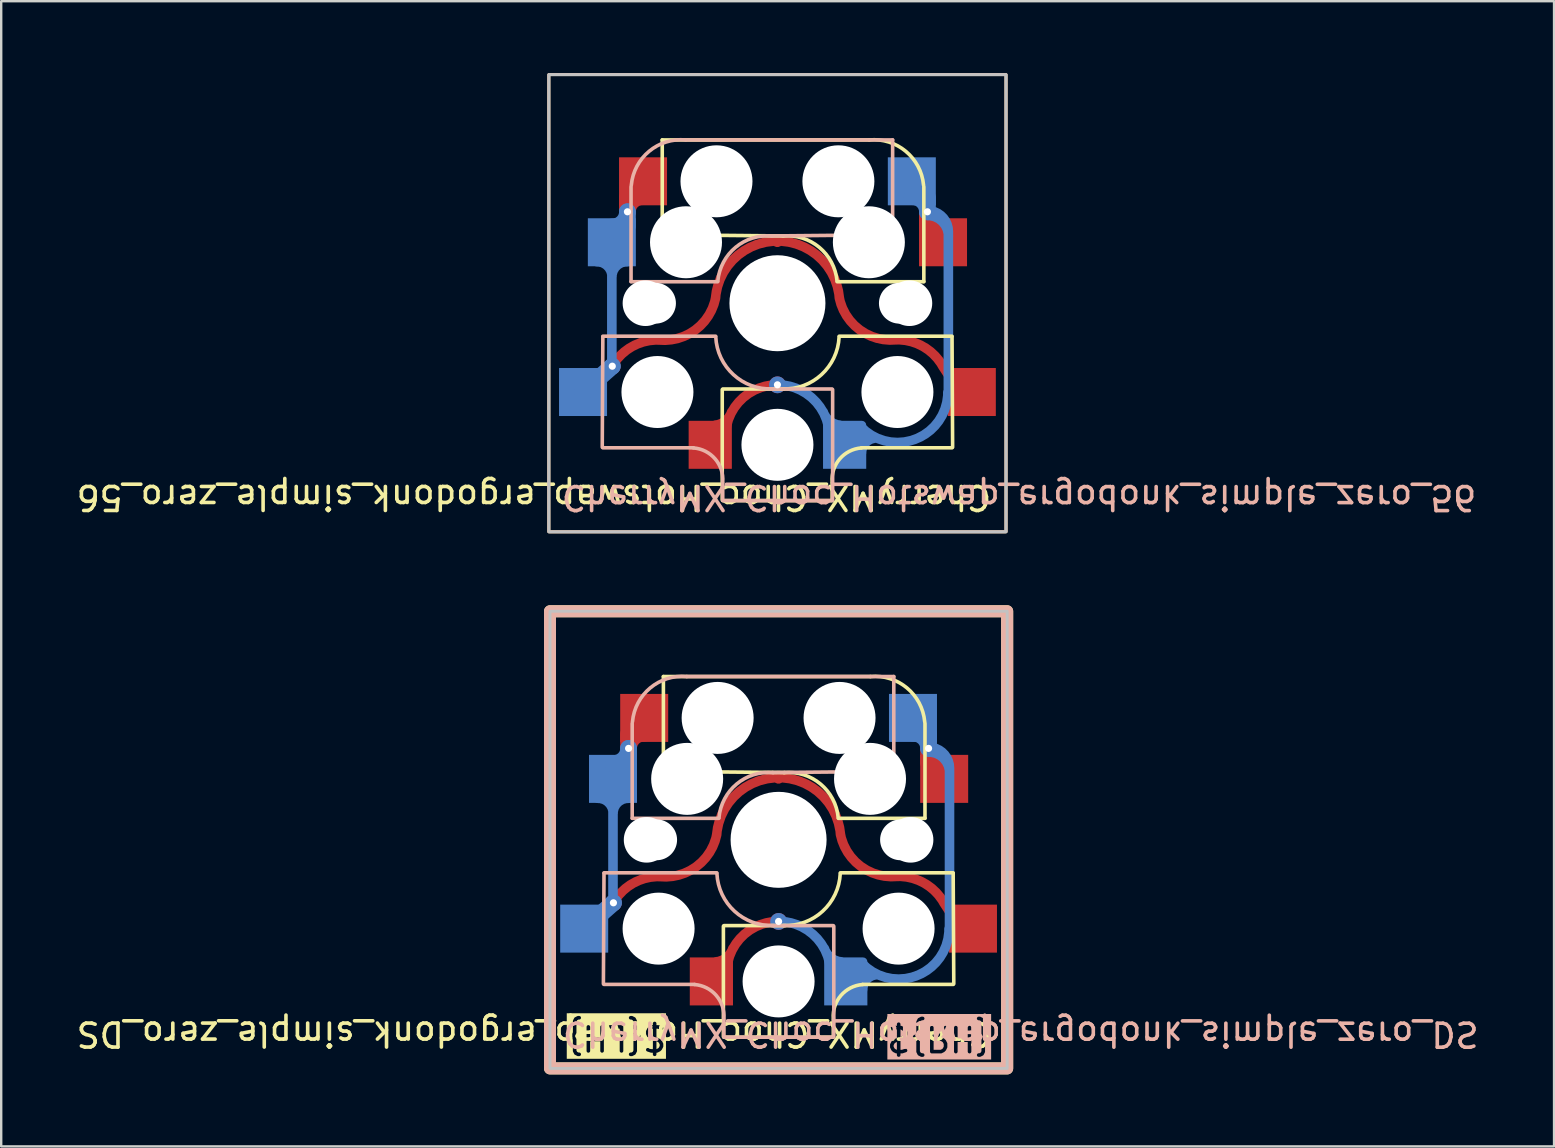
<source format=kicad_pcb>
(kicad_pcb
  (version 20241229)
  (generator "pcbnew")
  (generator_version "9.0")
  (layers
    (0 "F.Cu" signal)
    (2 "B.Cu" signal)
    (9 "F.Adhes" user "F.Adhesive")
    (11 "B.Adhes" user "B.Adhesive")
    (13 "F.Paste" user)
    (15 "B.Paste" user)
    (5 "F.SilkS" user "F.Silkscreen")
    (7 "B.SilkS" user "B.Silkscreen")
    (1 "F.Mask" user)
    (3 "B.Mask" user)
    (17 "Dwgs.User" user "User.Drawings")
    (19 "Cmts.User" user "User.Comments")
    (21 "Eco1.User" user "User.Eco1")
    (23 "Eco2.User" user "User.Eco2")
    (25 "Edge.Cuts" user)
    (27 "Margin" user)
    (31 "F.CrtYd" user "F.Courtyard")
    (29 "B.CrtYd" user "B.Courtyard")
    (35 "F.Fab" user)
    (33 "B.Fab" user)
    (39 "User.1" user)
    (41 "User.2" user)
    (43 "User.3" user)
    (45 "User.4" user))
  (footprint "CherryMX_Choc_Hotswap_ergodonk_simple_zero_DS"
    (layer "F.Cu")
    (at 29.393 31.945)
    (property "Reference" "CherryMX_Choc_Hotswap_ergodonk_simple_zero_DS" (at 9 8.09 180) (unlocked yes) (layer "F.SilkS") (effects (font (size 1 1) (thickness 0.15)) (justify left)))
    (attr smd)
    (fp_line (start -4.8 -6.804) (end 3.825 -6.804) (stroke (width 0.15) (type solid)) (layer "F.SilkS"))
    (fp_line (start -4.8 -2.896) (end -4.8 -6.804) (stroke (width 0.15) (type solid)) (layer "F.SilkS"))
    (fp_line (start -4.8 -2.85) (end 0.25 -2.804) (stroke (width 0.15) (type solid)) (layer "F.SilkS"))
    (fp_line (start -2.3 3.6) (end -2.3 8.2) (stroke (width 0.15) (type solid)) (layer "F.SilkS"))
    (fp_line (start -2.275 3.575) (end 0.275 3.575) (stroke (width 0.15) (type solid)) (layer "F.SilkS"))
    (fp_line (start -2.275 8.225) (end 2.275 8.225) (stroke (width 0.15) (type solid)) (layer "F.SilkS"))
    (fp_line (start 2.28 7.5) (end 2.28 8.2) (stroke (width 0.15) (type solid)) (layer "F.SilkS"))
    (fp_line (start 2.575 1.375) (end 7.275 1.375) (stroke (width 0.15) (type solid)) (layer "F.SilkS"))
    (fp_line (start 3.5 6.025) (end 7.275 6.025) (stroke (width 0.15) (type solid)) (layer "F.SilkS"))
    (fp_line (start 6.1 -4.85) (end 6.1 -0.905) (stroke (width 0.15) (type solid)) (layer "F.SilkS"))
    (fp_line (start 6.1 -0.896) (end 2.49 -0.896) (stroke (width 0.15) (type solid)) (layer "F.SilkS"))
    (fp_line (start 7.275 1.4) (end 7.3 6) (stroke (width 0.15) (type solid)) (layer "F.SilkS"))
    (fp_rect (start 9.525 -9.525) (end -9.525 9.525) (stroke (width 0.5) (type default)) (fill no) (layer "F.SilkS"))
    (fp_arc (start 0.225 -2.8) (mid 1.744361 -2.328061) (end 2.485 -0.92) (stroke (width 0.15) (type solid)) (layer "F.SilkS"))
    (fp_arc (start 2.28 7.45) (mid 2.595908 6.48733) (end 3.5 6.03) (stroke (width 0.15) (type solid)) (layer "F.SilkS"))
    (fp_arc (start 2.57 1.4) (mid 1.834422 2.975843) (end 0.2 3.57) (stroke (width 0.15) (type solid)) (layer "F.SilkS"))
    (fp_arc (start 3.825 -6.804) (mid 5.347189 -6.33089) (end 6.089 -4.92) (stroke (width 0.15) (type solid)) (layer "F.SilkS"))
    (fp_line (start -7.275 1.4) (end -7.3 6) (stroke (width 0.15) (type solid)) (layer "B.SilkS"))
    (fp_line (start -6.1 -4.85) (end -6.1 -0.905) (stroke (width 0.15) (type solid)) (layer "B.SilkS"))
    (fp_line (start -6.1 -0.896) (end -2.49 -0.896) (stroke (width 0.15) (type solid)) (layer "B.SilkS"))
    (fp_line (start -3.5 6.025) (end -7.275 6.025) (stroke (width 0.15) (type solid)) (layer "B.SilkS"))
    (fp_line (start -2.575 1.375) (end -7.275 1.375) (stroke (width 0.15) (type solid)) (layer "B.SilkS"))
    (fp_line (start -2.28 7.5) (end -2.28 8.2) (stroke (width 0.15) (type solid)) (layer "B.SilkS"))
    (fp_line (start 2.275 3.575) (end -0.275 3.575) (stroke (width 0.15) (type solid)) (layer "B.SilkS"))
    (fp_line (start 2.275 8.225) (end -2.275 8.225) (stroke (width 0.15) (type solid)) (layer "B.SilkS"))
    (fp_line (start 2.3 3.6) (end 2.3 8.2) (stroke (width 0.15) (type solid)) (layer "B.SilkS"))
    (fp_line (start 4.8 -6.804) (end -3.825 -6.804) (stroke (width 0.15) (type solid)) (layer "B.SilkS"))
    (fp_line (start 4.8 -2.896) (end 4.8 -6.804) (stroke (width 0.15) (type solid)) (layer "B.SilkS"))
    (fp_line (start 4.8 -2.85) (end -0.25 -2.804) (stroke (width 0.15) (type solid)) (layer "B.SilkS"))
    (fp_rect (start 9.525 -9.525) (end -9.525 9.525) (stroke (width 0.5) (type default)) (fill no) (layer "B.SilkS"))
    (fp_arc (start -6.089 -4.92) (mid -5.347189 -6.33089) (end -3.825 -6.804) (stroke (width 0.15) (type solid)) (layer "B.SilkS"))
    (fp_arc (start -3.5 6.03) (mid -2.595908 6.48733) (end -2.28 7.45) (stroke (width 0.15) (type solid)) (layer "B.SilkS"))
    (fp_arc (start -2.485 -0.92) (mid -1.744361 -2.328061) (end -0.225 -2.8) (stroke (width 0.15) (type solid)) (layer "B.SilkS"))
    (fp_arc (start -0.2 3.57) (mid -1.834422 2.975843) (end -2.57 1.4) (stroke (width 0.15) (type solid)) (layer "B.SilkS"))
    (fp_rect (start 9.525 -9.525) (end -9.525 9.525) (stroke (width 0.12) (type default)) (fill no) (layer "Dwgs.User"))
    (fp_line (start -9 -9) (end 9 -9) (stroke (width 0.15) (type solid)) (layer "Eco2.User"))
    (fp_line (start -9 9) (end -9 -9) (stroke (width 0.15) (type solid)) (layer "Eco2.User"))
    (fp_line (start 9 -9) (end 9 9) (stroke (width 0.15) (type solid)) (layer "Eco2.User"))
    (fp_line (start 9 9) (end -9 9) (stroke (width 0.15) (type solid)) (layer "Eco2.User"))
    (fp_rect (start 7 7) (end -7 -7) (stroke (width 0.12) (type default)) (fill no) (layer "User.4"))
    (fp_text user "${LH}" (at -8.93 8.25 180) (unlocked yes) (layer "F.SilkS" knockout) (effects (font (size 1 1) (thickness 0.15)) (justify right)))
    (fp_text user "${REFERENCE}" (at -9.08 7.51 180) (unlocked yes) (layer "B.SilkS") (effects (font (size 1 1) (thickness 0.15)) (justify left bottom mirror)))
    (fp_text user "${RH}" (at 8.96 8.28 180) (unlocked yes) (layer "B.SilkS" knockout) (effects (font (size 1 1) (thickness 0.15)) (justify right mirror)))
    (pad "" np_thru_hole circle (at -5.5 0 90) (size 1.9 1.9) (drill 1.9) (layers "*.Cu" "*.Mask"))
    (pad "" np_thru_hole circle (at -5.08 0) (size 1.7 1.7) (drill 1.7) (layers "*.Cu" "*.Mask"))
    (pad "" np_thru_hole circle (at -5 3.7 90) (size 3 3) (drill 3) (layers "*.Cu" "*.Mask"))
    (pad "" np_thru_hole circle (at -3.81 -2.54 180) (size 3 3) (drill 3) (layers "*.Cu" "*.Mask"))
    (pad "" np_thru_hole circle (at -2.54 -5.08 180) (size 3 3) (drill 3) (layers "*.Cu" "*.Mask"))
    (pad "" np_thru_hole circle (at 0 0 90) (size 4 4) (drill 4) (layers "*.Cu" "*.Mask"))
    (pad "" np_thru_hole circle (at 0 5.9 90) (size 3 3) (drill 3) (layers "*.Cu" "*.Mask"))
    (pad "" np_thru_hole circle (at 2.54 -5.08 180) (size 3 3) (drill 3) (layers "*.Cu" "*.Mask"))
    (pad "" np_thru_hole circle (at 3.81 -2.54 180) (size 3 3) (drill 3) (layers "*.Cu" "*.Mask"))
    (pad "" np_thru_hole circle (at 5 3.7 270) (size 3 3) (drill 3) (layers "*.Cu" "*.Mask"))
    (pad "" np_thru_hole circle (at 5.08 0) (size 1.7 1.7) (drill 1.7) (layers "*.Cu" "*.Mask"))
    (pad "" np_thru_hole circle (at 5.5 0 90) (size 1.9 1.9) (drill 1.9) (layers "*.Cu" "*.Mask"))
    (pad "5" smd rect (at -2.8 5.9 180) (size 1.8 2) (layers "F.Cu" "F.Mask" "F.Paste"))
    (pad "5" smd custom (at 0 3.4 180) (size 0.5 0.5) (layers "F.Cu") (options (anchor circle)) (primitives (gr_arc (start 2.162317 -2.145078) (mid 1.522907 -0.62724) (end 0 0) (width 0.4)) (gr_arc (start 1.91 -1.130079) (mid 2.168641 -1.50068) (end 2.583232 -1.680555) (width 0.4))))
    (pad "5" thru_hole circle (at 0 3.4) (size 0.7 0.7) (drill 0.3) (layers "*.Cu"))
    (pad "5" smd custom (at 1.523 4.027) (size 0.4 0.4) (layers "B.Cu") (options (anchor circle)) (primitives (gr_arc (start -1.522907 -0.62724) (mid 0 0) (end 0.63941 1.517838) (width 0.4)) (gr_arc (start 1.060325 1.053315) (mid 0.645733 0.873441) (end 0.387091 0.50284) (width 0.4))))
    (pad "5" smd roundrect (at 2.8 5.9 180) (size 1.8 2) (layers "B.Cu" "B.Mask" "B.Paste") (roundrect_rratio 0.1) (chamfer_ratio 0) (chamfer top_left top_right bottom_right))
    (pad "5" smd rect (at 5.6 -5.08 180) (size 2 2) (layers "B.Cu" "B.Mask" "B.Paste"))
    (pad "5" smd custom (at 6.19 -3.21) (size 0.5 0.5) (layers "F.Cu" "F.Mask" "F.Paste") (options (anchor circle)) (primitives (gr_arc (start 0.69 0.03) (mid 0.244523 -0.154523) (end 0.06 -0.6) (width 0.7)) (gr_line (start 0.06 -0.6) (end 0.06 0) (width 0.7))))
    (pad "5" thru_hole circle (at 6.25 -3.81) (size 0.7 0.7) (drill 0.3) (layers "*.Cu"))
    (pad "5" smd rect (at 6.9 -2.54 180) (size 2 2) (layers "F.Cu" "F.Mask" "F.Paste"))
    (pad "5" smd custom (at 7.122 0.355 180) (size 0.4 0.4) (layers "B.Cu") (options (anchor circle)) (primitives (gr_line (start 0 -3.345) (end 0 3.345) (width 0.4)) (gr_arc (start 0.867257 4.009817) (mid 0.252074 3.755) (end -0.002743 3.139817) (width 0.4)) (gr_arc (start 0.022075 -3.345) (mid 1.282666 -5.26994) (end 3.55102 -4.883867) (width 0.4)) (gr_arc (start 3.622074 -5.895) (mid 3.437552 -5.449521) (end 2.992074 -5.264996) (width 0.4)) (gr_arc (start 1.502074 4.795) (mid 1.056594 4.610479) (end 0.87207 4.165) (width 0.7)) (gr_line (start 0.872 4.165) (end 0.872 4.765) (width 0.7)) (gr_arc (start 0.87 4.215) (mid 0.254817 3.960183) (end 0 3.345) (width 0.4))))
    (pad "6" smd rect (at -8.1 3.7 180) (size 2 2) (layers "B.Cu" "B.Mask" "B.Paste"))
    (pad "6" smd rect (at -6.9 -2.54 180) (size 2 2) (layers "B.Cu" "B.Mask" "B.Paste"))
    (pad "6" smd custom (at -6.9 -0.06) (size 0.4 0.4) (layers "B.Cu") (options (anchor circle)) (primitives (gr_line (start 0 2.48) (end 0 -2.48) (width 0.4)) (gr_line (start 0.018 2.684) (end -1.2 3.76) (width 0.7)) (gr_arc (start -0.624523 -1.67) (mid -0.179046 -1.485477) (end 0.005477 -1.04) (width 0.4)) (gr_arc (start 0.005477 -1.04) (mid 0.19 -1.485478) (end 0.635477 -1.670003) (width 0.4))))
    (pad "6" thru_hole circle (at -6.882 2.624) (size 0.7 0.7) (drill 0.3) (layers "*.Cu"))
    (pad "6" smd custom (at -6.29 -4.35) (size 0.5 0.5) (layers "F.Cu" "F.Mask" "F.Paste") (options (anchor circle)) (primitives (gr_arc (start 0.04 0.54) (mid 0.224523 0.094523) (end 0.67 -0.09) (width 0.7)) (gr_line (start 0.04 0.54) (end 0.04 -0.06) (width 0.7))))
    (pad "6" smd custom (at -6.29 -3.34) (size 0.5 0.5) (layers "B.Cu" "B.Mask" "B.Paste") (options (anchor circle)) (primitives (gr_arc (start 0.04 -0.47) (mid -0.144523 -0.024523) (end -0.59 0.16) (width 0.7)) (gr_line (start 0.04 -0.47) (end 0.04 0.13) (width 0.7))))
    (pad "6" thru_hole circle (at -6.25 -3.81) (size 0.7 0.7) (drill 0.3) (layers "*.Cu"))
    (pad "6" smd rect (at -5.6 -5.08 180) (size 2 2) (layers "F.Cu" "F.Mask" "F.Paste"))
    (pad "6" smd custom (at -0.004 -2.589 180) (size 0.5 0.5) (layers "F.Cu") (options (anchor circle)) (primitives (gr_arc (start 2.575781 -2.378529) (mid 0 0) (end -2.583521 -2.37012) (width 0.4)) (gr_arc (start -4.952367 -4.112751) (mid -3.433578 -3.695955) (end -2.58352 -2.37012) (width 0.4)) (gr_arc (start -4.952367 -4.112752) (mid -6.069049 -4.392065) (end -6.88535 -5.203635) (width 0.4)) (gr_line (start -6.885 -5.204) (end -7.514 -6.169) (width 0.4)) (gr_arc (start 2.575781 -2.378529) (mid 3.425837 -3.704367) (end 4.944628 -4.121163) (width 0.4)) (gr_arc (start 6.877611 -5.212044) (mid 6.06131 -4.400474) (end 4.944628 -4.12116) (width 0.4))))
    (pad "6" smd rect (at 8.1 3.7 180) (size 2 2) (layers "F.Cu" "F.Mask" "F.Paste")))
  (footprint "CherryMX_Choc_Hotswap_ergodonk_simple_zero_56"
    (layer "F.Cu")
    (at 29.345 9.585)
    (property "Reference" "CherryMX_Choc_Hotswap_ergodonk_simple_zero_56" (at 9 8.09 180) (unlocked yes) (layer "F.SilkS") (effects (font (size 1 1) (thickness 0.15)) (justify left)))
    (attr smd)
    (fp_line (start -4.8 -6.804) (end 3.825 -6.804) (stroke (width 0.15) (type solid)) (layer "F.SilkS"))
    (fp_line (start -4.8 -2.896) (end -4.8 -6.804) (stroke (width 0.15) (type solid)) (layer "F.SilkS"))
    (fp_line (start -4.8 -2.85) (end 0.25 -2.804) (stroke (width 0.15) (type solid)) (layer "F.SilkS"))
    (fp_line (start -2.3 3.6) (end -2.3 8.2) (stroke (width 0.15) (type solid)) (layer "F.SilkS"))
    (fp_line (start -2.275 3.575) (end 0.275 3.575) (stroke (width 0.15) (type solid)) (layer "F.SilkS"))
    (fp_line (start -2.275 8.225) (end 2.275 8.225) (stroke (width 0.15) (type solid)) (layer "F.SilkS"))
    (fp_line (start 2.28 7.5) (end 2.28 8.2) (stroke (width 0.15) (type solid)) (layer "F.SilkS"))
    (fp_line (start 2.575 1.375) (end 7.275 1.375) (stroke (width 0.15) (type solid)) (layer "F.SilkS"))
    (fp_line (start 3.5 6.025) (end 7.275 6.025) (stroke (width 0.15) (type solid)) (layer "F.SilkS"))
    (fp_line (start 6.1 -4.85) (end 6.1 -0.905) (stroke (width 0.15) (type solid)) (layer "F.SilkS"))
    (fp_line (start 6.1 -0.896) (end 2.49 -0.896) (stroke (width 0.15) (type solid)) (layer "F.SilkS"))
    (fp_line (start 7.275 1.4) (end 7.3 6) (stroke (width 0.15) (type solid)) (layer "F.SilkS"))
    (fp_rect (start 9.525 -9.525) (end -9.525 9.525) (stroke (width 0.12) (type default)) (fill no) (layer "F.SilkS"))
    (fp_arc (start 0.225 -2.8) (mid 1.744361 -2.328061) (end 2.485 -0.92) (stroke (width 0.15) (type solid)) (layer "F.SilkS"))
    (fp_arc (start 2.28 7.45) (mid 2.595908 6.48733) (end 3.5 6.03) (stroke (width 0.15) (type solid)) (layer "F.SilkS"))
    (fp_arc (start 2.57 1.4) (mid 1.834422 2.975843) (end 0.2 3.57) (stroke (width 0.15) (type solid)) (layer "F.SilkS"))
    (fp_arc (start 3.825 -6.804) (mid 5.347189 -6.33089) (end 6.089 -4.92) (stroke (width 0.15) (type solid)) (layer "F.SilkS"))
    (fp_line (start -7.275 1.4) (end -7.3 6) (stroke (width 0.15) (type solid)) (layer "B.SilkS"))
    (fp_line (start -6.1 -4.85) (end -6.1 -0.905) (stroke (width 0.15) (type solid)) (layer "B.SilkS"))
    (fp_line (start -6.1 -0.896) (end -2.49 -0.896) (stroke (width 0.15) (type solid)) (layer "B.SilkS"))
    (fp_line (start -3.5 6.025) (end -7.275 6.025) (stroke (width 0.15) (type solid)) (layer "B.SilkS"))
    (fp_line (start -2.575 1.375) (end -7.275 1.375) (stroke (width 0.15) (type solid)) (layer "B.SilkS"))
    (fp_line (start -2.28 7.5) (end -2.28 8.2) (stroke (width 0.15) (type solid)) (layer "B.SilkS"))
    (fp_line (start 2.275 3.575) (end -0.275 3.575) (stroke (width 0.15) (type solid)) (layer "B.SilkS"))
    (fp_line (start 2.275 8.225) (end -2.275 8.225) (stroke (width 0.15) (type solid)) (layer "B.SilkS"))
    (fp_line (start 2.3 3.6) (end 2.3 8.2) (stroke (width 0.15) (type solid)) (layer "B.SilkS"))
    (fp_line (start 4.8 -6.804) (end -3.825 -6.804) (stroke (width 0.15) (type solid)) (layer "B.SilkS"))
    (fp_line (start 4.8 -2.896) (end 4.8 -6.804) (stroke (width 0.15) (type solid)) (layer "B.SilkS"))
    (fp_line (start 4.8 -2.85) (end -0.25 -2.804) (stroke (width 0.15) (type solid)) (layer "B.SilkS"))
    (fp_rect (start 9.525 -9.525) (end -9.525 9.525) (stroke (width 0.12) (type default)) (fill no) (layer "B.SilkS"))
    (fp_arc (start -6.089 -4.92) (mid -5.347189 -6.33089) (end -3.825 -6.804) (stroke (width 0.15) (type solid)) (layer "B.SilkS"))
    (fp_arc (start -3.5 6.03) (mid -2.595908 6.48733) (end -2.28 7.45) (stroke (width 0.15) (type solid)) (layer "B.SilkS"))
    (fp_arc (start -2.485 -0.92) (mid -1.744361 -2.328061) (end -0.225 -2.8) (stroke (width 0.15) (type solid)) (layer "B.SilkS"))
    (fp_arc (start -0.2 3.57) (mid -1.834422 2.975843) (end -2.57 1.4) (stroke (width 0.15) (type solid)) (layer "B.SilkS"))
    (fp_rect (start 9.525 -9.525) (end -9.525 9.525) (stroke (width 0.12) (type default)) (fill no) (layer "Dwgs.User"))
    (fp_line (start -9 -9) (end 9 -9) (stroke (width 0.15) (type solid)) (layer "Eco2.User"))
    (fp_line (start -9 9) (end -9 -9) (stroke (width 0.15) (type solid)) (layer "Eco2.User"))
    (fp_line (start -7 -7) (end 7 -7) (stroke (width 0.15) (type solid)) (layer "Eco2.User"))
    (fp_line (start -7 7) (end -7 -7) (stroke (width 0.15) (type solid)) (layer "Eco2.User"))
    (fp_line (start 7 -7) (end 7 7) (stroke (width 0.15) (type solid)) (layer "Eco2.User"))
    (fp_line (start 7 7) (end -7 7) (stroke (width 0.15) (type solid)) (layer "Eco2.User"))
    (fp_line (start 9 -9) (end 9 9) (stroke (width 0.15) (type solid)) (layer "Eco2.User"))
    (fp_line (start 9 9) (end -9 9) (stroke (width 0.15) (type solid)) (layer "Eco2.User"))
    (fp_text user "${REFERENCE}" (at -9.08 7.51 180) (unlocked yes) (layer "B.SilkS") (effects (font (size 1 1) (thickness 0.15)) (justify left bottom mirror)))
    (pad "" np_thru_hole circle (at -5.5 0 90) (size 1.9 1.9) (drill 1.9) (layers "*.Cu" "*.Mask"))
    (pad "" np_thru_hole circle (at -5.08 0) (size 1.7 1.7) (drill 1.7) (layers "*.Cu" "*.Mask"))
    (pad "" np_thru_hole circle (at -5 3.7 90) (size 3 3) (drill 3) (layers "*.Cu" "*.Mask"))
    (pad "" np_thru_hole circle (at -3.81 -2.54 180) (size 3 3) (drill 3) (layers "*.Cu" "*.Mask"))
    (pad "" np_thru_hole circle (at -2.54 -5.08 180) (size 3 3) (drill 3) (layers "*.Cu" "*.Mask"))
    (pad "" np_thru_hole circle (at 0 0 90) (size 4 4) (drill 4) (layers "*.Cu" "*.Mask"))
    (pad "" np_thru_hole circle (at 0 5.9 90) (size 3 3) (drill 3) (layers "*.Cu" "*.Mask"))
    (pad "" np_thru_hole circle (at 2.54 -5.08 180) (size 3 3) (drill 3) (layers "*.Cu" "*.Mask"))
    (pad "" np_thru_hole circle (at 3.81 -2.54 180) (size 3 3) (drill 3) (layers "*.Cu" "*.Mask"))
    (pad "" np_thru_hole circle (at 5 3.7 270) (size 3 3) (drill 3) (layers "*.Cu" "*.Mask"))
    (pad "" np_thru_hole circle (at 5.08 0) (size 1.7 1.7) (drill 1.7) (layers "*.Cu" "*.Mask"))
    (pad "" np_thru_hole circle (at 5.5 0 90) (size 1.9 1.9) (drill 1.9) (layers "*.Cu" "*.Mask"))
    (pad "5" smd rect (at -2.8 5.9 180) (size 1.8 2) (layers "F.Cu" "F.Mask" "F.Paste"))
    (pad "5" smd custom (at 0 3.4 180) (size 0.5 0.5) (layers "F.Cu") (options (anchor circle)) (primitives (gr_arc (start 2.162317 -2.145078) (mid 1.522907 -0.62724) (end 0 0) (width 0.4)) (gr_arc (start 1.91 -1.130079) (mid 2.168641 -1.50068) (end 2.583232 -1.680555) (width 0.4))))
    (pad "5" thru_hole circle (at 0 3.4) (size 0.7 0.7) (drill 0.3) (layers "*.Cu"))
    (pad "5" smd custom (at 1.523 4.027) (size 0.4 0.4) (layers "B.Cu") (options (anchor circle)) (primitives (gr_arc (start -1.522907 -0.62724) (mid 0 0) (end 0.63941 1.517838) (width 0.4)) (gr_arc (start 1.060325 1.053315) (mid 0.645733 0.873441) (end 0.387091 0.50284) (width 0.4))))
    (pad "5" smd roundrect (at 2.8 5.9 180) (size 1.8 2) (layers "B.Cu" "B.Mask" "B.Paste") (roundrect_rratio 0.1) (chamfer_ratio 0) (chamfer top_left top_right bottom_right))
    (pad "5" smd rect (at 5.6 -5.08 180) (size 2 2) (layers "B.Cu" "B.Mask" "B.Paste"))
    (pad "5" smd custom (at 6.19 -3.21) (size 0.5 0.5) (layers "F.Cu" "F.Mask" "F.Paste") (options (anchor circle)) (primitives (gr_arc (start 0.69 0.03) (mid 0.244523 -0.154523) (end 0.06 -0.6) (width 0.7)) (gr_line (start 0.06 -0.6) (end 0.06 0) (width 0.7))))
    (pad "5" thru_hole circle (at 6.25 -3.81) (size 0.7 0.7) (drill 0.3) (layers "*.Cu"))
    (pad "5" smd rect (at 6.9 -2.54 180) (size 2 2) (layers "F.Cu" "F.Mask" "F.Paste"))
    (pad "5" smd custom (at 7.122 0.355 180) (size 0.4 0.4) (layers "B.Cu") (options (anchor circle)) (primitives (gr_line (start 0 -3.345) (end 0 3.345) (width 0.4)) (gr_arc (start 0.867257 4.009817) (mid 0.252074 3.755) (end -0.002743 3.139817) (width 0.4)) (gr_arc (start 0.022075 -3.345) (mid 1.282666 -5.26994) (end 3.55102 -4.883867) (width 0.4)) (gr_arc (start 3.622074 -5.895) (mid 3.437552 -5.449521) (end 2.992074 -5.264996) (width 0.4)) (gr_arc (start 1.502074 4.795) (mid 1.056594 4.610479) (end 0.87207 4.165) (width 0.7)) (gr_line (start 0.872 4.165) (end 0.872 4.765) (width 0.7)) (gr_arc (start 0.87 4.215) (mid 0.254817 3.960183) (end 0 3.345) (width 0.4))))
    (pad "6" smd rect (at -8.1 3.7 180) (size 2 2) (layers "B.Cu" "B.Mask" "B.Paste"))
    (pad "6" smd rect (at -6.9 -2.54 180) (size 2 2) (layers "B.Cu" "B.Mask" "B.Paste"))
    (pad "6" smd custom (at -6.9 -0.06) (size 0.4 0.4) (layers "B.Cu") (options (anchor circle)) (primitives (gr_line (start 0 2.48) (end 0 -2.48) (width 0.4)) (gr_line (start 0.018 2.684) (end -1.2 3.76) (width 0.7)) (gr_arc (start -0.624523 -1.67) (mid -0.179046 -1.485477) (end 0.005477 -1.04) (width 0.4)) (gr_arc (start 0.005477 -1.04) (mid 0.19 -1.485478) (end 0.635477 -1.670003) (width 0.4))))
    (pad "6" thru_hole circle (at -6.882 2.624) (size 0.7 0.7) (drill 0.3) (layers "*.Cu"))
    (pad "6" smd custom (at -6.29 -4.35) (size 0.5 0.5) (layers "F.Cu" "F.Mask" "F.Paste") (options (anchor circle)) (primitives (gr_arc (start 0.04 0.54) (mid 0.224523 0.094523) (end 0.67 -0.09) (width 0.7)) (gr_line (start 0.04 0.54) (end 0.04 -0.06) (width 0.7))))
    (pad "6" smd custom (at -6.29 -3.34) (size 0.5 0.5) (layers "B.Cu" "B.Mask" "B.Paste") (options (anchor circle)) (primitives (gr_arc (start 0.04 -0.47) (mid -0.144523 -0.024523) (end -0.59 0.16) (width 0.7)) (gr_line (start 0.04 -0.47) (end 0.04 0.13) (width 0.7))))
    (pad "6" thru_hole circle (at -6.25 -3.81) (size 0.7 0.7) (drill 0.3) (layers "*.Cu"))
    (pad "6" smd rect (at -5.6 -5.08 180) (size 2 2) (layers "F.Cu" "F.Mask" "F.Paste"))
    (pad "6" smd custom (at -0.004 -2.589 180) (size 0.5 0.5) (layers "F.Cu") (options (anchor circle)) (primitives (gr_arc (start 2.575781 -2.378529) (mid 0 0) (end -2.583521 -2.37012) (width 0.4)) (gr_arc (start -4.952367 -4.112751) (mid -3.433578 -3.695955) (end -2.58352 -2.37012) (width 0.4)) (gr_arc (start -4.952367 -4.112752) (mid -6.069049 -4.392065) (end -6.88535 -5.203635) (width 0.4)) (gr_line (start -6.885 -5.204) (end -7.514 -6.169) (width 0.4)) (gr_arc (start 2.575781 -2.378529) (mid 3.425837 -3.704367) (end 4.944628 -4.121163) (width 0.4)) (gr_arc (start 6.877611 -5.212044) (mid 6.06131 -4.400474) (end 4.944628 -4.12116) (width 0.4))))
    (pad "6" smd rect (at 8.1 3.7 180) (size 2 2) (layers "F.Cu" "F.Mask" "F.Paste")))
  (gr_rect
    (start -3 -3)
    (end 61.706 44.72)
    (stroke (width 0.1) (type default))
    (fill no)
    (layer "Edge.Cuts")))
</source>
